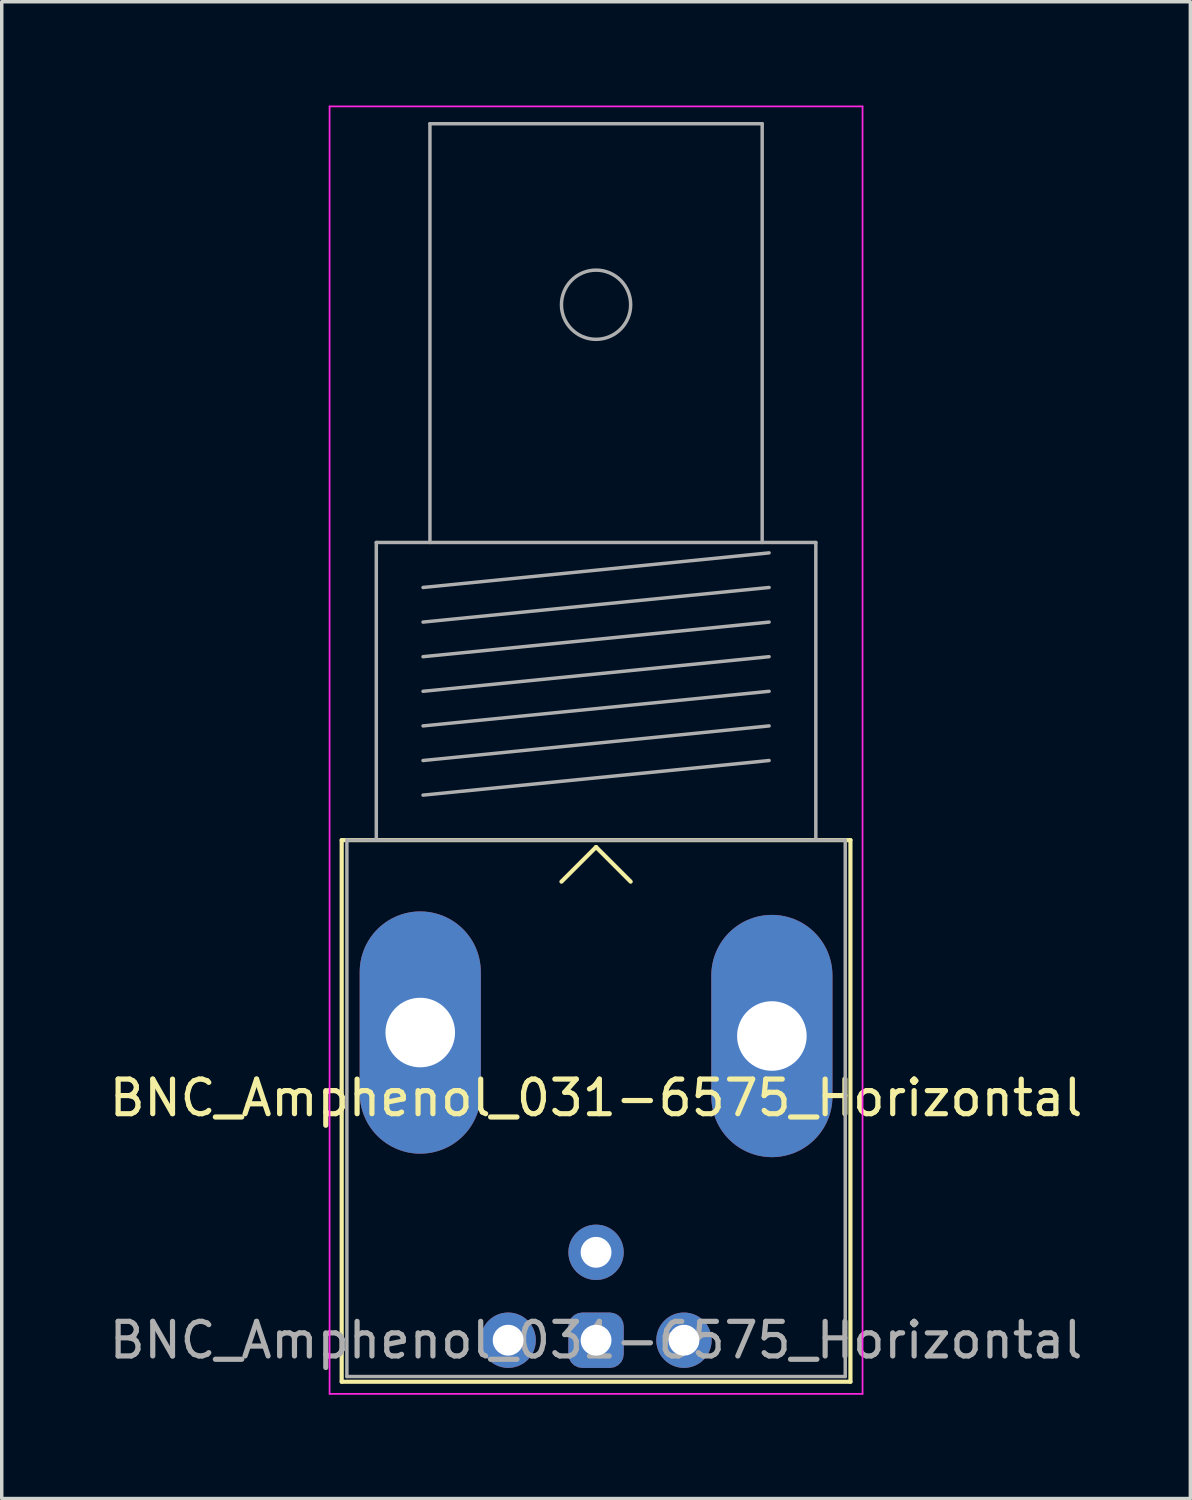
<source format=kicad_pcb>
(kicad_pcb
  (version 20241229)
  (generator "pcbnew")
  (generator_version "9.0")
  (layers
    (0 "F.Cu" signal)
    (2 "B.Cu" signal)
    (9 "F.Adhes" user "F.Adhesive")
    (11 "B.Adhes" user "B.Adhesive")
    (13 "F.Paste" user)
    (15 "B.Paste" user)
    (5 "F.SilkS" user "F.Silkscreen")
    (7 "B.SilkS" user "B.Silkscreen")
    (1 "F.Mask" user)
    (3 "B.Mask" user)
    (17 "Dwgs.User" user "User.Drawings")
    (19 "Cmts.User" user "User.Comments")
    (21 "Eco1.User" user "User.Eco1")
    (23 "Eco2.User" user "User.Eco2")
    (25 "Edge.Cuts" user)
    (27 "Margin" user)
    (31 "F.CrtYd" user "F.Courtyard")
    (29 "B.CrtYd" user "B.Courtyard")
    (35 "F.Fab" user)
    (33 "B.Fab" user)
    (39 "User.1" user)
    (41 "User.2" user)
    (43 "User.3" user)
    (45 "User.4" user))
  (footprint "BNC_Amphenol_031-6575_Horizontal"
    (layer "F.Cu")
    (at 14.173 35.675)
    (property "Reference" "BNC_Amphenol_031-6575_Horizontal" (at 0 -7 0) (layer "F.SilkS") (effects (font (size 1 1) (thickness 0.15))))
    (attr through_hole)
    (fp_line (start -7.35 -14.45) (end 7.35 -14.45) (stroke (width 0.12) (type solid)) (layer "F.SilkS"))
    (fp_line (start -7.35 1.2) (end -7.35 -14.45) (stroke (width 0.12) (type solid)) (layer "F.SilkS"))
    (fp_line (start 0 -14.25) (end -1 -13.25) (stroke (width 0.12) (type solid)) (layer "F.SilkS"))
    (fp_line (start 0 -14.25) (end 1 -13.25) (stroke (width 0.12) (type solid)) (layer "F.SilkS"))
    (fp_line (start 7.35 -14.45) (end 7.35 1.2) (stroke (width 0.12) (type solid)) (layer "F.SilkS"))
    (fp_line (start 7.35 1.2) (end -7.35 1.2) (stroke (width 0.12) (type solid)) (layer "F.SilkS"))
    (fp_line (start -7.7 1.55) (end -7.7 -35.65) (stroke (width 0.05) (type solid)) (layer "F.CrtYd"))
    (fp_line (start -7.7 1.55) (end 7.7 1.55) (stroke (width 0.05) (type solid)) (layer "F.CrtYd"))
    (fp_line (start 7.7 -35.65) (end -7.7 -35.65) (stroke (width 0.05) (type solid)) (layer "F.CrtYd"))
    (fp_line (start 7.7 1.55) (end 7.7 -35.65) (stroke (width 0.05) (type solid)) (layer "F.CrtYd"))
    (fp_line (start -7.2 -14.45) (end -7.2 1.05) (stroke (width 0.1) (type solid)) (layer "F.Fab"))
    (fp_line (start -7.2 1.05) (end 7.2 1.05) (stroke (width 0.1) (type solid)) (layer "F.Fab"))
    (fp_line (start -6.35 -23.05) (end -6.35 -14.45) (stroke (width 0.1) (type solid)) (layer "F.Fab"))
    (fp_line (start -5 -21.75) (end 5 -22.75) (stroke (width 0.1) (type solid)) (layer "F.Fab"))
    (fp_line (start -5 -20.75) (end 5 -21.75) (stroke (width 0.1) (type solid)) (layer "F.Fab"))
    (fp_line (start -5 -19.75) (end 5 -20.75) (stroke (width 0.1) (type solid)) (layer "F.Fab"))
    (fp_line (start -5 -18.75) (end 5 -19.75) (stroke (width 0.1) (type solid)) (layer "F.Fab"))
    (fp_line (start -5 -17.75) (end 5 -18.75) (stroke (width 0.1) (type solid)) (layer "F.Fab"))
    (fp_line (start -5 -16.75) (end 5 -17.75) (stroke (width 0.1) (type solid)) (layer "F.Fab"))
    (fp_line (start -5 -15.75) (end 5 -16.75) (stroke (width 0.1) (type solid)) (layer "F.Fab"))
    (fp_line (start -4.8 -35.15) (end -4.8 -23.05) (stroke (width 0.1) (type solid)) (layer "F.Fab"))
    (fp_line (start 4.8 -35.15) (end -4.8 -35.15) (stroke (width 0.1) (type solid)) (layer "F.Fab"))
    (fp_line (start 4.8 -23.05) (end 4.8 -35.15) (stroke (width 0.1) (type solid)) (layer "F.Fab"))
    (fp_line (start 6.35 -23.05) (end -6.35 -23.05) (stroke (width 0.1) (type solid)) (layer "F.Fab"))
    (fp_line (start 6.35 -14.45) (end 6.35 -23.05) (stroke (width 0.1) (type solid)) (layer "F.Fab"))
    (fp_line (start 7.2 -14.45) (end -7.2 -14.45) (stroke (width 0.1) (type solid)) (layer "F.Fab"))
    (fp_line (start 7.2 1.05) (end 7.2 -14.45) (stroke (width 0.1) (type solid)) (layer "F.Fab"))
    (fp_circle (center 0 -29.92) (end 1 -29.92) (stroke (width 0.1) (type solid)) (fill no) (layer "F.Fab"))
    (fp_text user "${REFERENCE}" (at 0 0 0) (layer "F.Fab") (effects (font (size 1 1) (thickness 0.15))))
    (pad "" thru_hole oval (at -5.08 -8.89) (size 3.5 7) (drill 2.01) (layers "*.Cu" "*.Mask"))
    (pad "" thru_hole oval (at 5.08 -8.79) (size 3.5 7) (drill 2.01) (layers "*.Cu" "*.Mask"))
    (pad "1" thru_hole roundrect (at 0 0) (size 1.6 1.6) (drill 0.89) (layers "*.Cu" "*.Mask") (roundrect_rratio 0.25))
    (pad "2" thru_hole circle (at -2.54 0) (size 1.6 1.6) (drill 0.89) (layers "*.Cu" "*.Mask"))
    (pad "3" thru_hole circle (at 0 -2.54) (size 1.6 1.6) (drill 0.89) (layers "*.Cu" "*.Mask"))
    (pad "4" thru_hole circle (at 2.54 0) (size 1.6 1.6) (drill 0.89) (layers "*.Cu" "*.Mask")))
  (gr_rect
    (start -3 -3)
    (end 31.345 40.25)
    (stroke (width 0.1) (type default))
    (fill no)
    (layer "Edge.Cuts")))
</source>
